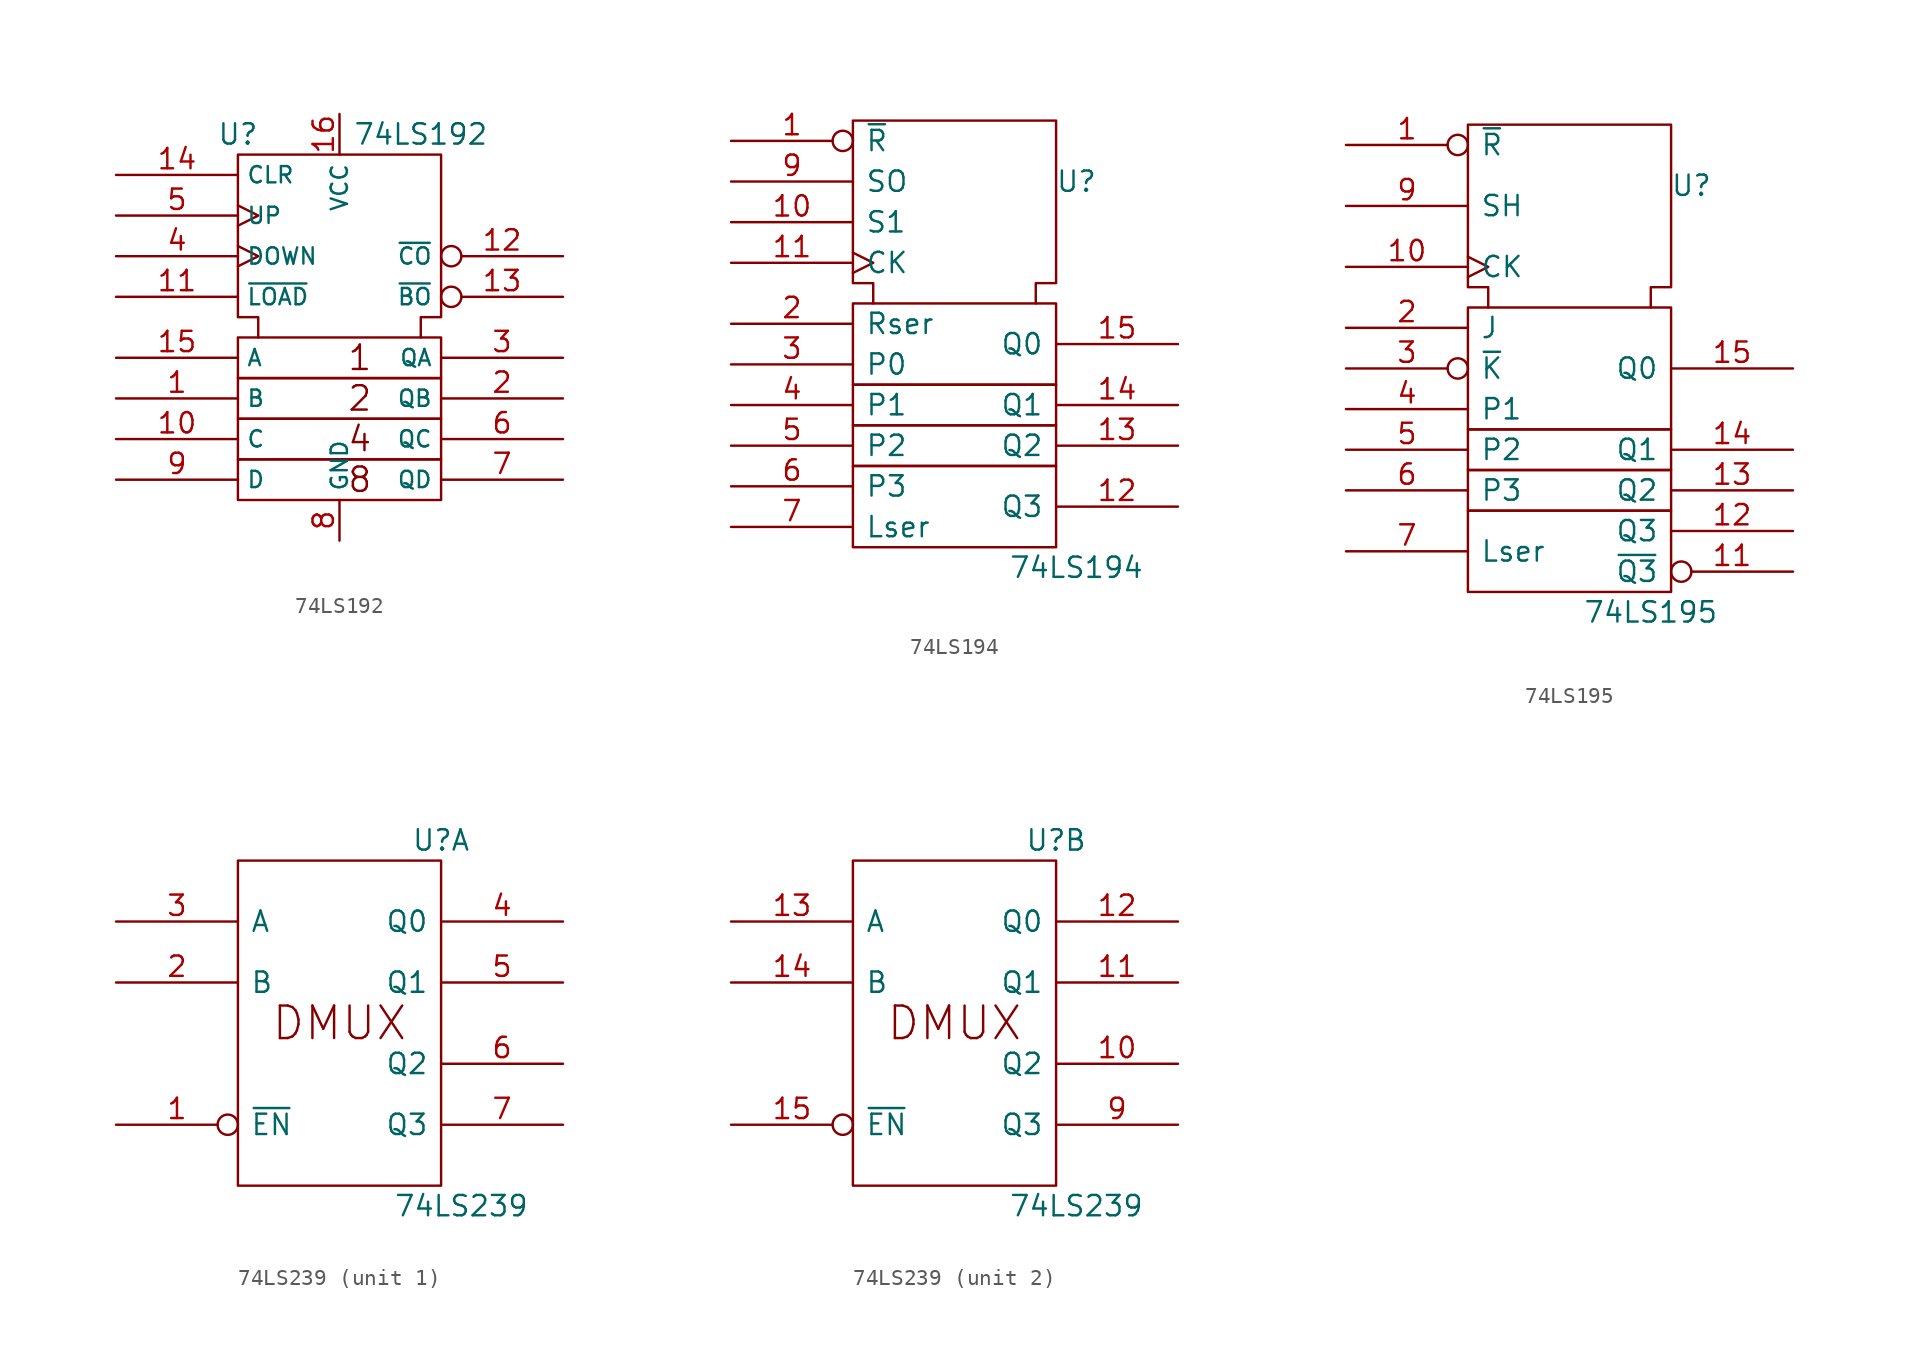
<source format=kicad_sym>
(kicad_symbol_lib
  (version 20201005)
  (generator kicad_symbol_editor)
  (symbol "74xx_IEEE:74LS192"
    (property "Reference" "U"
      (at -6.35 12.7 0)
      (effects (font (size 1.27 1.27))))
    (property "Value" "74LS192"
      (at 5.08 12.7 0)
      (effects (font (size 1.27 1.27))))
    (symbol "74LS192_0_0"
      (text "1" (at 1.27 -1.27 0) (effects (font (size 1.524 1.524))))
      (text "2" (at 1.27 -3.81 0) (effects (font (size 1.524 1.524))))
      (text "4" (at 1.27 -6.35 0) (effects (font (size 1.524 1.524))))
      (text "8" (at 1.27 -8.89 0) (effects (font (size 1.524 1.524))))
      (pin power_in line (at 0 13.97 270) (length 2.54) (name "VCC" (effects (font (size 1.016 1.016)))) (number "16" (effects (font (size 1.27 1.27)))))
      (pin power_in line (at 0 -12.7 90) (length 2.54) (name "GND" (effects (font (size 1.016 1.016)))) (number "8" (effects (font (size 1.27 1.27))))))
    (symbol "74LS192_0_1"
      (rectangle (start -6.35 -7.62) (end 6.35 -10.16) (stroke (width 0)) (fill (type none)))
      (rectangle (start -6.35 -5.08) (end 6.35 -7.62) (stroke (width 0)) (fill (type none)))
      (rectangle (start -6.35 -2.54) (end 6.35 -5.08) (stroke (width 0)) (fill (type none)))
      (rectangle (start -6.35 0) (end 6.35 -2.54) (stroke (width 0)) (fill (type none)))
      (polyline (pts (xy -5.08 0) (xy -5.08 1.27) (xy -6.35 1.27) (xy -6.35 11.43) (xy 6.35 11.43) (xy 6.35 1.27) (xy 5.08 1.27) (xy 5.08 0) (xy 5.08 0)) (stroke (width 0)) (fill (type none))))
    (symbol "74LS192_1_1"
      (pin input line (at -13.97 -3.81 0) (length 7.62) (name "B" (effects (font (size 1.016 1.016)))) (number "1" (effects (font (size 1.27 1.27)))))
      (pin input line (at -13.97 -6.35 0) (length 7.62) (name "C" (effects (font (size 1.016 1.016)))) (number "10" (effects (font (size 1.27 1.27)))))
      (pin input line (at -13.97 2.54 0) (length 7.62) (name "~LOAD" (effects (font (size 1.016 1.016)))) (number "11" (effects (font (size 1.27 1.27)))))
      (pin output inverted (at 13.97 5.08 180) (length 7.62) (name "~CO" (effects (font (size 1.016 1.016)))) (number "12" (effects (font (size 1.27 1.27)))))
      (pin output inverted (at 13.97 2.54 180) (length 7.62) (name "~BO" (effects (font (size 1.016 1.016)))) (number "13" (effects (font (size 1.27 1.27)))))
      (pin input line (at -13.97 10.16 0) (length 7.62) (name "CLR" (effects (font (size 1.016 1.016)))) (number "14" (effects (font (size 1.27 1.27)))))
      (pin input line (at -13.97 -1.27 0) (length 7.62) (name "A" (effects (font (size 1.016 1.016)))) (number "15" (effects (font (size 1.27 1.27)))))
      (pin output line (at 13.97 -3.81 180) (length 7.62) (name "QB" (effects (font (size 1.016 1.016)))) (number "2" (effects (font (size 1.27 1.27)))))
      (pin output line (at 13.97 -1.27 180) (length 7.62) (name "QA" (effects (font (size 1.016 1.016)))) (number "3" (effects (font (size 1.27 1.27)))))
      (pin input clock (at -13.97 5.08 0) (length 7.62) (name "DOWN" (effects (font (size 1.016 1.016)))) (number "4" (effects (font (size 1.27 1.27)))))
      (pin input clock (at -13.97 7.62 0) (length 7.62) (name "UP" (effects (font (size 1.016 1.016)))) (number "5" (effects (font (size 1.27 1.27)))))
      (pin output line (at 13.97 -6.35 180) (length 7.62) (name "QC" (effects (font (size 1.016 1.016)))) (number "6" (effects (font (size 1.27 1.27)))))
      (pin output line (at 13.97 -8.89 180) (length 7.62) (name "QD" (effects (font (size 1.016 1.016)))) (number "7" (effects (font (size 1.27 1.27)))))
      (pin input line (at -13.97 -8.89 0) (length 7.62) (name "D" (effects (font (size 1.016 1.016)))) (number "9" (effects (font (size 1.27 1.27)))))))
  (symbol "74xx_IEEE:74LS194"
    (pin_names
      (offset 0.762))
    (property "Reference" "U"
      (at 7.62 8.89 0)
      (effects (font (size 1.27 1.27))))
    (property "Value" "74LS194"
      (at 7.62 -15.24 0)
      (effects (font (size 1.27 1.27))))
    (symbol "74LS194_0_0"
      (rectangle (start -6.35 -8.89) (end 6.35 -13.97) (stroke (width 0)) (fill (type none)))
      (polyline (pts (xy -5.08 1.27) (xy -5.08 2.54) (xy -6.35 2.54) (xy -6.35 12.7) (xy 6.35 12.7) (xy 6.35 2.54) (xy 5.08 2.54) (xy 5.08 1.27) (xy 5.08 1.27)) (stroke (width 0)) (fill (type none)))
      (pin power_in line (at -13.97 -12.7 0) (length 7.62) (name "Lser" (effects (font (size 1.27 1.27)))) (number "7" (effects (font (size 1.27 1.27)))))
      (pin power_in line (at 0 12.7 270) (length 0) hide (name "GND" (effects (font (size 1.27 1.27)))) (number "8" (effects (font (size 1.27 1.27))))))
    (symbol "74LS194_0_1"
      (rectangle (start -6.35 -6.35) (end 6.35 -8.89) (stroke (width 0)) (fill (type none)))
      (rectangle (start -6.35 -3.81) (end 6.35 -6.35) (stroke (width 0)) (fill (type none)))
      (rectangle (start -6.35 1.27) (end 6.35 -3.81) (stroke (width 0)) (fill (type none)))
      (pin power_in line (at 3.81 12.7 270) (length 0) hide (name "Vdd" (effects (font (size 1.27 1.27)))) (number "16" (effects (font (size 1.27 1.27))))))
    (symbol "74LS194_1_1"
      (pin input inverted (at -13.97 11.43 0) (length 7.62) (name "~R" (effects (font (size 1.27 1.27)))) (number "1" (effects (font (size 1.27 1.27)))))
      (pin input line (at -13.97 6.35 0) (length 7.62) (name "S1" (effects (font (size 1.27 1.27)))) (number "10" (effects (font (size 1.27 1.27)))))
      (pin input clock (at -13.97 3.81 0) (length 7.62) (name "CK" (effects (font (size 1.27 1.27)))) (number "11" (effects (font (size 1.27 1.27)))))
      (pin output line (at 13.97 -11.43 180) (length 7.62) (name "Q3" (effects (font (size 1.27 1.27)))) (number "12" (effects (font (size 1.27 1.27)))))
      (pin output line (at 13.97 -7.62 180) (length 7.62) (name "Q2" (effects (font (size 1.27 1.27)))) (number "13" (effects (font (size 1.27 1.27)))))
      (pin output line (at 13.97 -5.08 180) (length 7.62) (name "Q1" (effects (font (size 1.27 1.27)))) (number "14" (effects (font (size 1.27 1.27)))))
      (pin output line (at 13.97 -1.27 180) (length 7.62) (name "Q0" (effects (font (size 1.27 1.27)))) (number "15" (effects (font (size 1.27 1.27)))))
      (pin input line (at -13.97 0 0) (length 7.62) (name "Rser" (effects (font (size 1.27 1.27)))) (number "2" (effects (font (size 1.27 1.27)))))
      (pin input line (at -13.97 -2.54 0) (length 7.62) (name "P0" (effects (font (size 1.27 1.27)))) (number "3" (effects (font (size 1.27 1.27)))))
      (pin input line (at -13.97 -5.08 0) (length 7.62) (name "P1" (effects (font (size 1.27 1.27)))) (number "4" (effects (font (size 1.27 1.27)))))
      (pin input line (at -13.97 -7.62 0) (length 7.62) (name "P2" (effects (font (size 1.27 1.27)))) (number "5" (effects (font (size 1.27 1.27)))))
      (pin input line (at -13.97 -10.16 0) (length 7.62) (name "P3" (effects (font (size 1.27 1.27)))) (number "6" (effects (font (size 1.27 1.27)))))
      (pin input line (at -13.97 8.89 0) (length 7.62) (name "SO" (effects (font (size 1.27 1.27)))) (number "9" (effects (font (size 1.27 1.27)))))))
  (symbol "74xx_IEEE:74LS195"
    (pin_names
      (offset 0.762))
    (property "Reference" "U"
      (at 7.62 8.89 0)
      (effects (font (size 1.27 1.27))))
    (property "Value" "74LS195"
      (at 5.08 -17.78 0)
      (effects (font (size 1.27 1.27))))
    (symbol "74LS195_0_0"
      (rectangle (start -6.35 -11.43) (end 6.35 -16.51) (stroke (width 0)) (fill (type none)))
      (rectangle (start -6.35 -8.89) (end 6.35 -11.43) (stroke (width 0)) (fill (type none)))
      (rectangle (start -6.35 -6.35) (end 6.35 -8.89) (stroke (width 0)) (fill (type none)))
      (rectangle (start -6.35 1.27) (end 6.35 -6.35) (stroke (width 0)) (fill (type none)))
      (polyline (pts (xy -5.08 1.27) (xy -5.08 2.54) (xy -6.35 2.54) (xy -6.35 12.7) (xy 6.35 12.7) (xy 6.35 2.54) (xy 5.08 2.54) (xy 5.08 1.27) (xy 5.08 1.27)) (stroke (width 0)) (fill (type none)))
      (pin power_in line (at -13.97 -13.97 0) (length 7.62) (name "Lser" (effects (font (size 1.27 1.27)))) (number "7" (effects (font (size 1.27 1.27)))))
      (pin power_in line (at 0 12.7 270) (length 0) hide (name "GND" (effects (font (size 1.27 1.27)))) (number "8" (effects (font (size 1.27 1.27))))))
    (symbol "74LS195_0_1"
      (pin power_in line (at 3.81 12.7 270) (length 0) hide (name "Vdd" (effects (font (size 1.27 1.27)))) (number "16" (effects (font (size 1.27 1.27))))))
    (symbol "74LS195_1_1"
      (pin input inverted (at -13.97 11.43 0) (length 7.62) (name "~R" (effects (font (size 1.27 1.27)))) (number "1" (effects (font (size 1.27 1.27)))))
      (pin input clock (at -13.97 3.81 0) (length 7.62) (name "CK" (effects (font (size 1.27 1.27)))) (number "10" (effects (font (size 1.27 1.27)))))
      (pin input inverted (at 13.97 -15.24 180) (length 7.62) (name "~Q3" (effects (font (size 1.27 1.27)))) (number "11" (effects (font (size 1.27 1.27)))))
      (pin output line (at 13.97 -12.7 180) (length 7.62) (name "Q3" (effects (font (size 1.27 1.27)))) (number "12" (effects (font (size 1.27 1.27)))))
      (pin output line (at 13.97 -10.16 180) (length 7.62) (name "Q2" (effects (font (size 1.27 1.27)))) (number "13" (effects (font (size 1.27 1.27)))))
      (pin output line (at 13.97 -7.62 180) (length 7.62) (name "Q1" (effects (font (size 1.27 1.27)))) (number "14" (effects (font (size 1.27 1.27)))))
      (pin output line (at 13.97 -2.54 180) (length 7.62) (name "Q0" (effects (font (size 1.27 1.27)))) (number "15" (effects (font (size 1.27 1.27)))))
      (pin input line (at -13.97 0 0) (length 7.62) (name "J" (effects (font (size 1.27 1.27)))) (number "2" (effects (font (size 1.27 1.27)))))
      (pin input inverted (at -13.97 -2.54 0) (length 7.62) (name "~K" (effects (font (size 1.27 1.27)))) (number "3" (effects (font (size 1.27 1.27)))))
      (pin input line (at -13.97 -5.08 0) (length 7.62) (name "P1" (effects (font (size 1.27 1.27)))) (number "4" (effects (font (size 1.27 1.27)))))
      (pin input line (at -13.97 -7.62 0) (length 7.62) (name "P2" (effects (font (size 1.27 1.27)))) (number "5" (effects (font (size 1.27 1.27)))))
      (pin input line (at -13.97 -10.16 0) (length 7.62) (name "P3" (effects (font (size 1.27 1.27)))) (number "6" (effects (font (size 1.27 1.27)))))
      (pin input line (at -13.97 7.62 0) (length 7.62) (name "SH" (effects (font (size 1.27 1.27)))) (number "9" (effects (font (size 1.27 1.27)))))))
  (symbol "74xx_IEEE:74LS239"
    (pin_names
      (offset 0.762))
    (property "Reference" "U"
      (at 6.35 11.43 0)
      (effects (font (size 1.27 1.27))))
    (property "Value" "74LS239"
      (at 7.62 -11.43 0)
      (effects (font (size 1.27 1.27))))
    (symbol "74LS239_0_0"
      (text "DMUX" (at 0 0 0) (effects (font (size 2.032 2.032))))
      (rectangle (start -6.35 10.16) (end 6.35 -10.16) (stroke (width 0)) (fill (type none)))
      (pin power_in line (at 0 10.16 270) (length 0) hide (name "VCC" (effects (font (size 1.27 1.27)))) (number "16" (effects (font (size 1.27 1.27)))))
      (pin power_in line (at 0 -10.16 90) (length 0) hide (name "GND" (effects (font (size 1.27 1.27)))) (number "8" (effects (font (size 1.27 1.27))))))
    (symbol "74LS239_1_1"
      (pin input inverted (at -13.97 -6.35 0) (length 7.62) (name "~EN" (effects (font (size 1.27 1.27)))) (number "1" (effects (font (size 1.27 1.27)))))
      (pin input line (at -13.97 2.54 0) (length 7.62) (name "B" (effects (font (size 1.27 1.27)))) (number "2" (effects (font (size 1.27 1.27)))))
      (pin input line (at -13.97 6.35 0) (length 7.62) (name "A" (effects (font (size 1.27 1.27)))) (number "3" (effects (font (size 1.27 1.27)))))
      (pin output line (at 13.97 6.35 180) (length 7.62) (name "Q0" (effects (font (size 1.27 1.27)))) (number "4" (effects (font (size 1.27 1.27)))))
      (pin output line (at 13.97 2.54 180) (length 7.62) (name "Q1" (effects (font (size 1.27 1.27)))) (number "5" (effects (font (size 1.27 1.27)))))
      (pin output line (at 13.97 -2.54 180) (length 7.62) (name "Q2" (effects (font (size 1.27 1.27)))) (number "6" (effects (font (size 1.27 1.27)))))
      (pin output line (at 13.97 -6.35 180) (length 7.62) (name "Q3" (effects (font (size 1.27 1.27)))) (number "7" (effects (font (size 1.27 1.27))))))
    (symbol "74LS239_2_1"
      (pin output line (at 13.97 -2.54 180) (length 7.62) (name "Q2" (effects (font (size 1.27 1.27)))) (number "10" (effects (font (size 1.27 1.27)))))
      (pin output line (at 13.97 2.54 180) (length 7.62) (name "Q1" (effects (font (size 1.27 1.27)))) (number "11" (effects (font (size 1.27 1.27)))))
      (pin output line (at 13.97 6.35 180) (length 7.62) (name "Q0" (effects (font (size 1.27 1.27)))) (number "12" (effects (font (size 1.27 1.27)))))
      (pin input line (at -13.97 6.35 0) (length 7.62) (name "A" (effects (font (size 1.27 1.27)))) (number "13" (effects (font (size 1.27 1.27)))))
      (pin input line (at -13.97 2.54 0) (length 7.62) (name "B" (effects (font (size 1.27 1.27)))) (number "14" (effects (font (size 1.27 1.27)))))
      (pin input inverted (at -13.97 -6.35 0) (length 7.62) (name "~EN" (effects (font (size 1.27 1.27)))) (number "15" (effects (font (size 1.27 1.27)))))
      (pin output line (at 13.97 -6.35 180) (length 7.62) (name "Q3" (effects (font (size 1.27 1.27)))) (number "9" (effects (font (size 1.27 1.27))))))))
</source>
